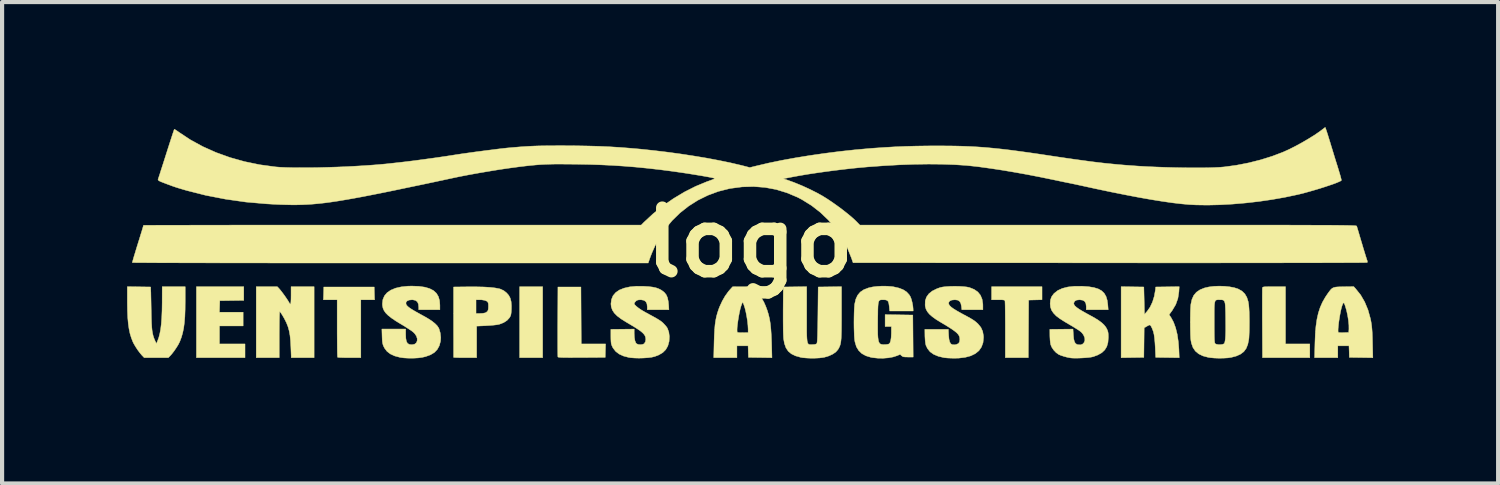
<source format=kicad_pcb>
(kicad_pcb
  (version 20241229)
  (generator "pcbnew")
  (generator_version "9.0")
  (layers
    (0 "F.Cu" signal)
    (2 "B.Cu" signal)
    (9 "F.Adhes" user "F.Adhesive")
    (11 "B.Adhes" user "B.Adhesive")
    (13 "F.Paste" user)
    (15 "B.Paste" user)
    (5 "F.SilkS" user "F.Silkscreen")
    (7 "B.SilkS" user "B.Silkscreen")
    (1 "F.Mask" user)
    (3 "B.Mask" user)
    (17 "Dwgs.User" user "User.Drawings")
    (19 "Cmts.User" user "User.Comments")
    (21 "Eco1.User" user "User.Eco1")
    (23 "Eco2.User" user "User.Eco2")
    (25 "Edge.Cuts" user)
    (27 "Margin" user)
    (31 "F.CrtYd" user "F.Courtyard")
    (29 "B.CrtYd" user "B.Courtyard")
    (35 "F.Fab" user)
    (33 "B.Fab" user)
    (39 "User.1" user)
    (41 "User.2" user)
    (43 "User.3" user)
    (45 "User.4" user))
  (footprint "logo"
    (layer "F.Cu")
    (at 14.946 2.768)
    (property "Reference" "logo" (at 0 0 0) (layer "F.SilkS") (effects (font (size 1.524 1.524) (thickness 0.3))))
    (attr through_hole)
    (fp_poly (pts (xy -4.975 2.764) (xy -5.528 2.764) (xy -5.528 1.061) (xy -4.975 1.061) (xy -4.975 2.764)) (stroke (width 0.01) (type solid)) (fill yes) (layer "F.SilkS"))
    (fp_poly (pts (xy -12.147 1.389) (xy -12.722 1.397) (xy -12.731 1.673) (xy -12.162 1.673) (xy -12.162 2.002) (xy -12.73 2.002) (xy -12.73 2.435) (xy -12.117 2.435) (xy -12.117 2.764) (xy -13.283 2.764) (xy -13.283 1.061) (xy -12.147 1.061) (xy -12.147 1.389)) (stroke (width 0.01) (type solid)) (fill yes) (layer "F.SilkS"))
    (fp_poly (pts (xy -9.013 1.221) (xy -9.008 1.375) (xy -9.338 1.375) (xy -9.338 2.764) (xy -9.612 2.764) (xy -9.7 2.764) (xy -9.777 2.762) (xy -9.839 2.76) (xy -9.88 2.757) (xy -9.896 2.754) (xy -9.898 2.738) (xy -9.9 2.694) (xy -9.902 2.627) (xy -9.903 2.539) (xy -9.904 2.433) (xy -9.905 2.312) (xy -9.906 2.18) (xy -9.906 2.059) (xy -9.906 1.375) (xy -10.236 1.375) (xy -10.231 1.221) (xy -10.227 1.068) (xy -9.017 1.068) (xy -9.013 1.221)) (stroke (width 0.01) (type solid)) (fill yes) (layer "F.SilkS"))
    (fp_poly (pts (xy 7.007 1.374) (xy 6.847 1.378) (xy 6.686 1.382) (xy 6.682 2.073) (xy 6.678 2.764) (xy 6.126 2.764) (xy 6.126 2.093) (xy 6.126 1.954) (xy 6.125 1.823) (xy 6.124 1.704) (xy 6.123 1.6) (xy 6.122 1.515) (xy 6.12 1.45) (xy 6.118 1.41) (xy 6.117 1.398) (xy 6.108 1.387) (xy 6.087 1.38) (xy 6.049 1.376) (xy 5.989 1.375) (xy 5.952 1.375) (xy 5.797 1.375) (xy 5.797 1.061) (xy 7.007 1.061) (xy 7.007 1.374)) (stroke (width 0.01) (type solid)) (fill yes) (layer "F.SilkS"))
    (fp_poly (pts (xy 12.849 2.435) (xy 13.432 2.435) (xy 13.432 2.764) (xy 12.297 2.764) (xy 12.293 1.946) (xy 12.292 1.792) (xy 12.292 1.645) (xy 12.292 1.51) (xy 12.292 1.389) (xy 12.292 1.285) (xy 12.293 1.201) (xy 12.293 1.139) (xy 12.294 1.103) (xy 12.295 1.094) (xy 12.297 1.083) (xy 12.304 1.074) (xy 12.318 1.068) (xy 12.344 1.064) (xy 12.386 1.062) (xy 12.448 1.061) (xy 12.534 1.061) (xy 12.575 1.061) (xy 12.849 1.061) (xy 12.849 2.435)) (stroke (width 0.01) (type solid)) (fill yes) (layer "F.SilkS"))
    (fp_poly (pts (xy -4.049 2.435) (xy -3.465 2.435) (xy -3.47 2.596) (xy -3.474 2.757) (xy -4.038 2.761) (xy -4.189 2.761) (xy -4.313 2.762) (xy -4.412 2.761) (xy -4.487 2.76) (xy -4.543 2.758) (xy -4.58 2.755) (xy -4.602 2.751) (xy -4.61 2.746) (xy -4.61 2.746) (xy -4.611 2.728) (xy -4.612 2.682) (xy -4.613 2.613) (xy -4.614 2.522) (xy -4.614 2.412) (xy -4.614 2.286) (xy -4.614 2.146) (xy -4.614 1.997) (xy -4.613 1.898) (xy -4.609 1.068) (xy -4.057 1.068) (xy -4.049 2.435)) (stroke (width 0.01) (type solid)) (fill yes) (layer "F.SilkS"))
    (fp_poly (pts (xy -11.303 1.102) (xy -11.271 1.139) (xy -11.229 1.193) (xy -11.182 1.256) (xy -11.137 1.32) (xy -11.098 1.378) (xy -11.07 1.422) (xy -11.066 1.431) (xy -11.046 1.463) (xy -11.029 1.479) (xy -11.026 1.479) (xy -11.02 1.465) (xy -11.016 1.424) (xy -11.013 1.361) (xy -11.012 1.278) (xy -11.012 1.27) (xy -11.012 1.061) (xy -10.459 1.061) (xy -10.459 2.764) (xy -11.007 2.764) (xy -11.017 2.506) (xy -11.025 2.357) (xy -11.038 2.23) (xy -11.058 2.12) (xy -11.086 2.02) (xy -11.124 1.924) (xy -11.174 1.825) (xy -11.221 1.744) (xy -11.249 1.701) (xy -11.271 1.67) (xy -11.284 1.658) (xy -11.287 1.673) (xy -11.289 1.714) (xy -11.291 1.778) (xy -11.293 1.862) (xy -11.294 1.963) (xy -11.295 2.078) (xy -11.296 2.203) (xy -11.296 2.211) (xy -11.296 2.764) (xy -11.848 2.764) (xy -11.848 1.061) (xy -11.342 1.061) (xy -11.303 1.102)) (stroke (width 0.01) (type solid)) (fill yes) (layer "F.SilkS"))
    (fp_poly (pts (xy 10.291 1.184) (xy 10.267 1.342) (xy 10.215 1.489) (xy 10.135 1.624) (xy 10.132 1.629) (xy 10.056 1.733) (xy 10.102 1.8) (xy 10.162 1.911) (xy 10.212 2.047) (xy 10.251 2.205) (xy 10.277 2.381) (xy 10.291 2.559) (xy 10.299 2.765) (xy 10.017 2.761) (xy 9.734 2.757) (xy 9.724 2.528) (xy 9.716 2.397) (xy 9.706 2.291) (xy 9.694 2.206) (xy 9.677 2.136) (xy 9.655 2.078) (xy 9.652 2.069) (xy 9.627 2.017) (xy 9.608 1.988) (xy 9.588 1.979) (xy 9.561 1.989) (xy 9.527 2.008) (xy 9.458 2.048) (xy 9.454 2.402) (xy 9.45 2.757) (xy 9.178 2.761) (xy 8.905 2.765) (xy 8.905 1.06) (xy 9.178 1.064) (xy 9.45 1.068) (xy 9.458 1.396) (xy 9.465 1.724) (xy 9.529 1.652) (xy 9.6 1.551) (xy 9.658 1.428) (xy 9.701 1.288) (xy 9.728 1.135) (xy 9.73 1.113) (xy 9.734 1.068) (xy 10.016 1.064) (xy 10.299 1.06) (xy 10.291 1.184)) (stroke (width 0.01) (type solid)) (fill yes) (layer "F.SilkS"))
    (fp_poly (pts (xy -14.381 1.068) (xy -14.378 1.165) (xy -14.376 1.207) (xy -14.375 1.273) (xy -14.373 1.358) (xy -14.371 1.458) (xy -14.369 1.567) (xy -14.367 1.666) (xy -14.364 1.812) (xy -14.36 1.933) (xy -14.354 2.033) (xy -14.346 2.114) (xy -14.334 2.183) (xy -14.32 2.243) (xy -14.302 2.297) (xy -14.279 2.351) (xy -14.278 2.353) (xy -14.243 2.428) (xy -14.218 2.368) (xy -14.187 2.285) (xy -14.162 2.19) (xy -14.141 2.08) (xy -14.126 1.954) (xy -14.115 1.807) (xy -14.108 1.638) (xy -14.105 1.442) (xy -14.105 1.371) (xy -14.104 1.061) (xy -13.552 1.061) (xy -13.552 1.411) (xy -13.554 1.607) (xy -13.56 1.777) (xy -13.572 1.924) (xy -13.589 2.054) (xy -13.613 2.169) (xy -13.643 2.274) (xy -13.68 2.372) (xy -13.687 2.388) (xy -13.72 2.453) (xy -13.767 2.528) (xy -13.82 2.606) (xy -13.873 2.674) (xy -13.903 2.708) (xy -13.957 2.764) (xy -14.536 2.764) (xy -14.59 2.708) (xy -14.638 2.651) (xy -14.692 2.579) (xy -14.743 2.501) (xy -14.786 2.428) (xy -14.806 2.388) (xy -14.844 2.291) (xy -14.876 2.188) (xy -14.9 2.074) (xy -14.918 1.948) (xy -14.931 1.803) (xy -14.938 1.638) (xy -14.941 1.447) (xy -14.941 1.411) (xy -14.941 1.06) (xy -14.381 1.068)) (stroke (width 0.01) (type solid)) (fill yes) (layer "F.SilkS"))
    (fp_poly (pts (xy 0.152 1.156) (xy 0.252 1.291) (xy 0.331 1.427) (xy 0.375 1.525) (xy 0.413 1.627) (xy 0.444 1.728) (xy 0.469 1.834) (xy 0.488 1.95) (xy 0.501 2.08) (xy 0.511 2.229) (xy 0.518 2.403) (xy 0.518 2.41) (xy 0.527 2.765) (xy -0.037 2.757) (xy -0.042 2.618) (xy -0.046 2.48) (xy -0.314 2.48) (xy -0.314 2.764) (xy -0.87 2.764) (xy -0.862 2.394) (xy -0.857 2.232) (xy -0.849 2.096) (xy -0.311 2.096) (xy -0.309 2.139) (xy -0.305 2.153) (xy -0.287 2.16) (xy -0.246 2.164) (xy -0.191 2.165) (xy -0.17 2.165) (xy -0.045 2.162) (xy -0.045 2.079) (xy -0.05 1.988) (xy -0.061 1.883) (xy -0.079 1.772) (xy -0.1 1.664) (xy -0.124 1.566) (xy -0.15 1.489) (xy -0.155 1.476) (xy -0.176 1.427) (xy -0.2 1.483) (xy -0.218 1.535) (xy -0.237 1.604) (xy -0.255 1.686) (xy -0.272 1.776) (xy -0.287 1.867) (xy -0.299 1.954) (xy -0.308 2.032) (xy -0.311 2.096) (xy -0.849 2.096) (xy -0.849 2.094) (xy -0.839 1.975) (xy -0.824 1.871) (xy -0.805 1.776) (xy -0.78 1.686) (xy -0.749 1.594) (xy -0.724 1.531) (xy -0.666 1.406) (xy -0.597 1.285) (xy -0.521 1.18) (xy -0.489 1.142) (xy -0.418 1.063) (xy -0.172 1.062) (xy 0.073 1.06) (xy 0.152 1.156)) (stroke (width 0.01) (type solid)) (fill yes) (layer "F.SilkS"))
    (fp_poly (pts (xy -6.39 1.068) (xy -6.239 1.077) (xy -6.116 1.091) (xy -6.021 1.109) (xy -5.995 1.116) (xy -5.909 1.155) (xy -5.84 1.21) (xy -5.788 1.27) (xy -5.753 1.337) (xy -5.732 1.418) (xy -5.724 1.517) (xy -5.725 1.599) (xy -5.729 1.67) (xy -5.735 1.719) (xy -5.744 1.756) (xy -5.76 1.787) (xy -5.771 1.805) (xy -5.829 1.869) (xy -5.91 1.922) (xy -6.007 1.96) (xy -6.034 1.967) (xy -6.08 1.975) (xy -6.148 1.983) (xy -6.229 1.99) (xy -6.316 1.995) (xy -6.339 1.997) (xy -6.559 2.007) (xy -6.559 2.764) (xy -6.836 2.764) (xy -6.923 2.764) (xy -6.999 2.763) (xy -7.059 2.761) (xy -7.098 2.759) (xy -7.112 2.757) (xy -7.112 2.741) (xy -7.112 2.698) (xy -7.112 2.63) (xy -7.112 2.541) (xy -7.112 2.432) (xy -7.112 2.307) (xy -7.113 2.169) (xy -7.113 2.019) (xy -7.113 1.909) (xy -7.113 1.375) (xy -6.574 1.375) (xy -6.574 1.703) (xy -6.476 1.703) (xy -6.413 1.7) (xy -6.36 1.69) (xy -6.336 1.681) (xy -6.303 1.655) (xy -6.285 1.625) (xy -6.278 1.582) (xy -6.276 1.527) (xy -6.278 1.476) (xy -6.285 1.442) (xy -6.312 1.41) (xy -6.365 1.388) (xy -6.438 1.376) (xy -6.476 1.375) (xy -6.574 1.375) (xy -7.113 1.375) (xy -7.113 1.068) (xy -6.772 1.064) (xy -6.568 1.064) (xy -6.39 1.068)) (stroke (width 0.01) (type solid)) (fill yes) (layer "F.SilkS"))
    (fp_poly (pts (xy 2.196 1.699) (xy 2.196 1.867) (xy 2.195 2.008) (xy 2.194 2.124) (xy 2.191 2.22) (xy 2.188 2.298) (xy 2.182 2.361) (xy 2.175 2.411) (xy 2.165 2.453) (xy 2.153 2.488) (xy 2.138 2.52) (xy 2.121 2.552) (xy 2.111 2.568) (xy 2.06 2.627) (xy 1.985 2.679) (xy 1.892 2.722) (xy 1.786 2.754) (xy 1.751 2.76) (xy 1.666 2.771) (xy 1.564 2.776) (xy 1.456 2.777) (xy 1.351 2.772) (xy 1.26 2.764) (xy 1.213 2.755) (xy 1.09 2.72) (xy 0.992 2.672) (xy 0.917 2.609) (xy 0.863 2.528) (xy 0.826 2.425) (xy 0.806 2.312) (xy 0.803 2.268) (xy 0.8 2.199) (xy 0.797 2.109) (xy 0.796 2.002) (xy 0.795 1.882) (xy 0.795 1.753) (xy 0.795 1.629) (xy 0.799 1.068) (xy 1.36 1.06) (xy 1.36 1.722) (xy 1.36 1.888) (xy 1.36 2.027) (xy 1.36 2.141) (xy 1.362 2.233) (xy 1.366 2.304) (xy 1.371 2.358) (xy 1.379 2.397) (xy 1.389 2.423) (xy 1.403 2.439) (xy 1.421 2.448) (xy 1.443 2.45) (xy 1.47 2.451) (xy 1.493 2.45) (xy 1.552 2.447) (xy 1.588 2.436) (xy 1.601 2.426) (xy 1.606 2.414) (xy 1.61 2.392) (xy 1.614 2.356) (xy 1.617 2.304) (xy 1.62 2.233) (xy 1.622 2.143) (xy 1.625 2.029) (xy 1.627 1.89) (xy 1.629 1.735) (xy 1.636 1.068) (xy 2.196 1.06) (xy 2.196 1.699)) (stroke (width 0.01) (type solid)) (fill yes) (layer "F.SilkS"))
    (fp_poly (pts (xy 14.531 1.109) (xy 14.651 1.258) (xy 14.749 1.427) (xy 14.828 1.617) (xy 14.887 1.829) (xy 14.897 1.877) (xy 14.908 1.941) (xy 14.917 2.007) (xy 14.924 2.081) (xy 14.93 2.169) (xy 14.934 2.275) (xy 14.937 2.402) (xy 14.945 2.765) (xy 14.381 2.757) (xy 14.377 2.618) (xy 14.372 2.48) (xy 14.104 2.48) (xy 14.104 2.764) (xy 13.547 2.764) (xy 13.556 2.402) (xy 13.564 2.191) (xy 13.569 2.126) (xy 14.11 2.126) (xy 14.114 2.155) (xy 14.115 2.156) (xy 14.132 2.161) (xy 14.172 2.164) (xy 14.226 2.164) (xy 14.244 2.163) (xy 14.366 2.159) (xy 14.371 2.077) (xy 14.37 1.983) (xy 14.359 1.871) (xy 14.34 1.751) (xy 14.314 1.632) (xy 14.283 1.526) (xy 14.273 1.497) (xy 14.257 1.459) (xy 14.243 1.447) (xy 14.229 1.461) (xy 14.212 1.502) (xy 14.204 1.525) (xy 14.187 1.584) (xy 14.17 1.659) (xy 14.154 1.745) (xy 14.139 1.834) (xy 14.126 1.923) (xy 14.117 2.005) (xy 14.111 2.074) (xy 14.11 2.126) (xy 13.569 2.126) (xy 13.58 2.005) (xy 13.604 1.84) (xy 13.637 1.693) (xy 13.681 1.558) (xy 13.736 1.433) (xy 13.804 1.314) (xy 13.861 1.229) (xy 13.903 1.171) (xy 13.937 1.129) (xy 13.97 1.099) (xy 14.008 1.081) (xy 14.055 1.07) (xy 14.118 1.065) (xy 14.202 1.063) (xy 14.249 1.062) (xy 14.486 1.059) (xy 14.531 1.109)) (stroke (width 0.01) (type solid)) (fill yes) (layer "F.SilkS"))
    (fp_poly (pts (xy 3.294 1.049) (xy 3.404 1.058) (xy 3.435 1.062) (xy 3.568 1.092) (xy 3.675 1.133) (xy 3.758 1.187) (xy 3.821 1.256) (xy 3.848 1.301) (xy 3.871 1.36) (xy 3.891 1.437) (xy 3.907 1.52) (xy 3.914 1.597) (xy 3.914 1.61) (xy 3.915 1.644) (xy 3.351 1.644) (xy 3.341 1.536) (xy 3.331 1.464) (xy 3.316 1.416) (xy 3.289 1.389) (xy 3.249 1.377) (xy 3.205 1.375) (xy 3.167 1.375) (xy 3.136 1.377) (xy 3.113 1.385) (xy 3.096 1.401) (xy 3.084 1.429) (xy 3.076 1.472) (xy 3.071 1.534) (xy 3.068 1.616) (xy 3.067 1.724) (xy 3.065 1.81) (xy 3.064 1.965) (xy 3.064 2.093) (xy 3.065 2.196) (xy 3.07 2.278) (xy 3.078 2.339) (xy 3.089 2.384) (xy 3.106 2.415) (xy 3.127 2.435) (xy 3.155 2.445) (xy 3.189 2.45) (xy 3.221 2.45) (xy 3.273 2.448) (xy 3.315 2.441) (xy 3.332 2.435) (xy 3.358 2.408) (xy 3.376 2.356) (xy 3.387 2.279) (xy 3.392 2.174) (xy 3.392 2.163) (xy 3.392 2.017) (xy 3.242 2.017) (xy 3.242 1.731) (xy 3.575 1.736) (xy 3.907 1.741) (xy 3.915 2.749) (xy 3.792 2.749) (xy 3.729 2.748) (xy 3.687 2.744) (xy 3.659 2.734) (xy 3.637 2.718) (xy 3.636 2.717) (xy 3.602 2.685) (xy 3.53 2.716) (xy 3.434 2.747) (xy 3.318 2.768) (xy 3.192 2.778) (xy 3.064 2.776) (xy 2.943 2.763) (xy 2.903 2.756) (xy 2.781 2.719) (xy 2.683 2.665) (xy 2.608 2.593) (xy 2.553 2.502) (xy 2.519 2.389) (xy 2.512 2.35) (xy 2.507 2.303) (xy 2.502 2.232) (xy 2.499 2.143) (xy 2.496 2.044) (xy 2.495 1.94) (xy 2.495 1.912) (xy 2.496 1.808) (xy 2.498 1.707) (xy 2.501 1.615) (xy 2.506 1.539) (xy 2.51 1.484) (xy 2.512 1.475) (xy 2.539 1.359) (xy 2.583 1.265) (xy 2.646 1.19) (xy 2.73 1.133) (xy 2.838 1.091) (xy 2.942 1.067) (xy 3.049 1.054) (xy 3.171 1.047) (xy 3.294 1.049)) (stroke (width 0.01) (type solid)) (fill yes) (layer "F.SilkS"))
    (fp_poly (pts (xy -7.946 1.052) (xy -7.804 1.072) (xy -7.688 1.106) (xy -7.595 1.154) (xy -7.525 1.218) (xy -7.477 1.298) (xy -7.449 1.395) (xy -7.441 1.504) (xy -7.441 1.614) (xy -7.949 1.614) (xy -7.949 1.556) (xy -7.957 1.477) (xy -7.983 1.422) (xy -8.027 1.389) (xy -8.093 1.375) (xy -8.113 1.375) (xy -8.181 1.382) (xy -8.228 1.404) (xy -8.254 1.436) (xy -8.254 1.476) (xy -8.242 1.501) (xy -8.222 1.525) (xy -8.192 1.552) (xy -8.149 1.583) (xy -8.09 1.62) (xy -8.011 1.666) (xy -7.909 1.723) (xy -7.859 1.75) (xy -7.735 1.82) (xy -7.637 1.883) (xy -7.562 1.942) (xy -7.507 1.997) (xy -7.47 2.052) (xy -7.461 2.072) (xy -7.432 2.172) (xy -7.42 2.281) (xy -7.426 2.369) (xy -7.455 2.477) (xy -7.504 2.567) (xy -7.574 2.64) (xy -7.668 2.696) (xy -7.787 2.739) (xy -7.868 2.757) (xy -7.963 2.77) (xy -8.075 2.776) (xy -8.192 2.776) (xy -8.303 2.77) (xy -8.398 2.757) (xy -8.4 2.756) (xy -8.528 2.722) (xy -8.631 2.674) (xy -8.711 2.612) (xy -8.77 2.534) (xy -8.781 2.512) (xy -8.8 2.472) (xy -8.812 2.434) (xy -8.82 2.39) (xy -8.825 2.333) (xy -8.828 2.255) (xy -8.828 2.252) (xy -8.833 2.077) (xy -8.262 2.077) (xy -8.262 2.204) (xy -8.258 2.3) (xy -8.245 2.37) (xy -8.221 2.416) (xy -8.183 2.443) (xy -8.131 2.453) (xy -8.108 2.453) (xy -8.049 2.441) (xy -8.008 2.409) (xy -7.987 2.363) (xy -7.985 2.307) (xy -8.004 2.247) (xy -8.044 2.187) (xy -8.077 2.154) (xy -8.112 2.126) (xy -8.168 2.088) (xy -8.238 2.043) (xy -8.315 1.994) (xy -8.371 1.961) (xy -8.499 1.883) (xy -8.601 1.814) (xy -8.681 1.751) (xy -8.74 1.692) (xy -8.781 1.634) (xy -8.807 1.574) (xy -8.819 1.51) (xy -8.821 1.472) (xy -8.809 1.369) (xy -8.771 1.28) (xy -8.707 1.204) (xy -8.618 1.143) (xy -8.505 1.096) (xy -8.368 1.065) (xy -8.208 1.048) (xy -8.113 1.046) (xy -7.946 1.052)) (stroke (width 0.01) (type solid)) (fill yes) (layer "F.SilkS"))
    (fp_poly (pts (xy 5.02 1.053) (xy 5.119 1.059) (xy 5.203 1.068) (xy 5.265 1.081) (xy 5.265 1.081) (xy 5.378 1.126) (xy 5.466 1.187) (xy 5.529 1.265) (xy 5.569 1.361) (xy 5.587 1.476) (xy 5.588 1.519) (xy 5.588 1.614) (xy 5.083 1.614) (xy 5.073 1.529) (xy 5.057 1.457) (xy 5.028 1.41) (xy 4.983 1.383) (xy 4.918 1.375) (xy 4.912 1.375) (xy 4.841 1.382) (xy 4.792 1.404) (xy 4.768 1.44) (xy 4.766 1.458) (xy 4.773 1.487) (xy 4.794 1.518) (xy 4.831 1.553) (xy 4.888 1.594) (xy 4.967 1.642) (xy 5.069 1.7) (xy 5.132 1.734) (xy 5.224 1.783) (xy 5.295 1.823) (xy 5.349 1.856) (xy 5.393 1.886) (xy 5.43 1.916) (xy 5.467 1.95) (xy 5.472 1.955) (xy 5.54 2.038) (xy 5.583 2.133) (xy 5.602 2.244) (xy 5.603 2.284) (xy 5.591 2.405) (xy 5.553 2.509) (xy 5.492 2.597) (xy 5.406 2.667) (xy 5.297 2.72) (xy 5.163 2.756) (xy 5.006 2.775) (xy 4.89 2.777) (xy 4.814 2.775) (xy 4.741 2.772) (xy 4.68 2.766) (xy 4.654 2.763) (xy 4.519 2.731) (xy 4.409 2.685) (xy 4.322 2.624) (xy 4.259 2.546) (xy 4.222 2.469) (xy 4.211 2.421) (xy 4.203 2.352) (xy 4.198 2.268) (xy 4.197 2.245) (xy 4.195 2.084) (xy 4.759 2.084) (xy 4.766 2.227) (xy 4.775 2.322) (xy 4.793 2.39) (xy 4.82 2.433) (xy 4.86 2.454) (xy 4.913 2.455) (xy 4.953 2.447) (xy 5 2.425) (xy 5.026 2.387) (xy 5.035 2.327) (xy 5.035 2.323) (xy 5.031 2.282) (xy 5.019 2.243) (xy 4.995 2.205) (xy 4.957 2.164) (xy 4.902 2.12) (xy 4.829 2.069) (xy 4.734 2.009) (xy 4.616 1.938) (xy 4.592 1.924) (xy 4.472 1.851) (xy 4.378 1.784) (xy 4.307 1.722) (xy 4.256 1.661) (xy 4.223 1.599) (xy 4.205 1.532) (xy 4.202 1.502) (xy 4.205 1.399) (xy 4.235 1.309) (xy 4.292 1.23) (xy 4.375 1.164) (xy 4.486 1.109) (xy 4.565 1.081) (xy 4.626 1.068) (xy 4.71 1.059) (xy 4.808 1.053) (xy 4.914 1.051) (xy 5.02 1.053)) (stroke (width 0.01) (type solid)) (fill yes) (layer "F.SilkS"))
    (fp_poly (pts (xy 11.386 1.051) (xy 11.51 1.064) (xy 11.62 1.085) (xy 11.71 1.114) (xy 11.716 1.117) (xy 11.805 1.167) (xy 11.872 1.232) (xy 11.921 1.315) (xy 11.954 1.419) (xy 11.967 1.504) (xy 11.973 1.575) (xy 11.978 1.667) (xy 11.98 1.773) (xy 11.982 1.888) (xy 11.981 2.003) (xy 11.98 2.114) (xy 11.976 2.212) (xy 11.972 2.291) (xy 11.968 2.327) (xy 11.944 2.446) (xy 11.905 2.543) (xy 11.848 2.62) (xy 11.77 2.679) (xy 11.669 2.725) (xy 11.551 2.756) (xy 11.467 2.769) (xy 11.365 2.775) (xy 11.254 2.777) (xy 11.143 2.773) (xy 11.045 2.764) (xy 10.994 2.756) (xy 10.867 2.722) (xy 10.765 2.672) (xy 10.686 2.606) (xy 10.629 2.522) (xy 10.592 2.418) (xy 10.579 2.35) (xy 10.573 2.296) (xy 10.569 2.219) (xy 10.567 2.123) (xy 10.565 2.017) (xy 10.565 1.904) (xy 10.565 1.792) (xy 10.566 1.782) (xy 11.139 1.782) (xy 11.139 1.909) (xy 11.139 2.049) (xy 11.14 2.162) (xy 11.141 2.25) (xy 11.143 2.318) (xy 11.146 2.366) (xy 11.15 2.399) (xy 11.155 2.418) (xy 11.159 2.426) (xy 11.188 2.441) (xy 11.234 2.45) (xy 11.288 2.451) (xy 11.337 2.445) (xy 11.372 2.431) (xy 11.375 2.428) (xy 11.388 2.406) (xy 11.398 2.366) (xy 11.406 2.307) (xy 11.411 2.226) (xy 11.414 2.122) (xy 11.414 1.992) (xy 11.413 1.834) (xy 11.413 1.812) (xy 11.411 1.686) (xy 11.408 1.587) (xy 11.404 1.512) (xy 11.398 1.457) (xy 11.387 1.419) (xy 11.372 1.395) (xy 11.352 1.382) (xy 11.325 1.376) (xy 11.29 1.375) (xy 11.274 1.375) (xy 11.238 1.374) (xy 11.209 1.376) (xy 11.187 1.381) (xy 11.17 1.394) (xy 11.157 1.417) (xy 11.149 1.452) (xy 11.143 1.504) (xy 11.14 1.574) (xy 11.139 1.666) (xy 11.139 1.782) (xy 10.566 1.782) (xy 10.567 1.687) (xy 10.57 1.594) (xy 10.575 1.52) (xy 10.578 1.483) (xy 10.604 1.366) (xy 10.647 1.27) (xy 10.711 1.194) (xy 10.797 1.135) (xy 10.906 1.091) (xy 11.01 1.067) (xy 11.129 1.052) (xy 11.257 1.047) (xy 11.386 1.051)) (stroke (width 0.01) (type solid)) (fill yes) (layer "F.SilkS"))
    (fp_poly (pts (xy -2.562 1.051) (xy -2.439 1.058) (xy -2.339 1.07) (xy -2.257 1.087) (xy -2.188 1.112) (xy -2.125 1.145) (xy -2.123 1.146) (xy -2.059 1.195) (xy -2.012 1.252) (xy -1.98 1.324) (xy -1.961 1.415) (xy -1.952 1.505) (xy -1.946 1.614) (xy -2.465 1.614) (xy -2.465 1.547) (xy -2.473 1.472) (xy -2.499 1.42) (xy -2.544 1.388) (xy -2.612 1.375) (xy -2.639 1.375) (xy -2.691 1.38) (xy -2.729 1.399) (xy -2.742 1.411) (xy -2.767 1.441) (xy -2.779 1.464) (xy -2.779 1.466) (xy -2.766 1.493) (xy -2.73 1.529) (xy -2.676 1.573) (xy -2.606 1.62) (xy -2.525 1.668) (xy -2.517 1.672) (xy -2.407 1.732) (xy -2.319 1.78) (xy -2.251 1.818) (xy -2.199 1.849) (xy -2.16 1.874) (xy -2.129 1.896) (xy -2.103 1.917) (xy -2.079 1.939) (xy -2.075 1.944) (xy -2.034 1.988) (xy -1.998 2.032) (xy -1.981 2.06) (xy -1.948 2.151) (xy -1.935 2.256) (xy -1.941 2.367) (xy -1.942 2.376) (xy -1.972 2.483) (xy -2.021 2.57) (xy -2.093 2.642) (xy -2.19 2.699) (xy -2.286 2.736) (xy -2.357 2.753) (xy -2.45 2.765) (xy -2.555 2.772) (xy -2.665 2.775) (xy -2.771 2.772) (xy -2.865 2.765) (xy -2.909 2.758) (xy -3.038 2.724) (xy -3.142 2.676) (xy -3.225 2.612) (xy -3.287 2.531) (xy -3.304 2.499) (xy -3.319 2.463) (xy -3.33 2.427) (xy -3.335 2.383) (xy -3.338 2.323) (xy -3.339 2.256) (xy -3.339 2.084) (xy -3.059 2.081) (xy -2.779 2.078) (xy -2.779 2.183) (xy -2.774 2.279) (xy -2.761 2.356) (xy -2.739 2.41) (xy -2.717 2.433) (xy -2.672 2.449) (xy -2.618 2.452) (xy -2.568 2.443) (xy -2.54 2.428) (xy -2.51 2.382) (xy -2.5 2.322) (xy -2.509 2.266) (xy -2.523 2.233) (xy -2.545 2.201) (xy -2.577 2.167) (xy -2.622 2.129) (xy -2.683 2.086) (xy -2.762 2.035) (xy -2.863 1.974) (xy -2.973 1.909) (xy -3.094 1.833) (xy -3.188 1.762) (xy -3.257 1.692) (xy -3.303 1.621) (xy -3.329 1.546) (xy -3.337 1.474) (xy -3.324 1.369) (xy -3.287 1.278) (xy -3.223 1.202) (xy -3.135 1.141) (xy -3.022 1.096) (xy -2.886 1.065) (xy -2.726 1.05) (xy -2.562 1.051)) (stroke (width 0.01) (type solid)) (fill yes) (layer "F.SilkS"))
    (fp_poly (pts (xy 7.97 1.05) (xy 8.125 1.061) (xy 8.252 1.082) (xy 8.356 1.114) (xy 8.437 1.159) (xy 8.499 1.219) (xy 8.543 1.295) (xy 8.571 1.388) (xy 8.585 1.491) (xy 8.595 1.614) (xy 8.068 1.614) (xy 8.068 1.535) (xy 8.059 1.463) (xy 8.032 1.414) (xy 7.984 1.385) (xy 7.913 1.375) (xy 7.901 1.375) (xy 7.835 1.383) (xy 7.791 1.409) (xy 7.77 1.45) (xy 7.769 1.465) (xy 7.776 1.492) (xy 7.798 1.523) (xy 7.837 1.558) (xy 7.895 1.599) (xy 7.975 1.647) (xy 8.079 1.706) (xy 8.147 1.743) (xy 8.267 1.809) (xy 8.363 1.869) (xy 8.437 1.924) (xy 8.494 1.977) (xy 8.537 2.031) (xy 8.558 2.067) (xy 8.578 2.11) (xy 8.59 2.15) (xy 8.596 2.197) (xy 8.598 2.261) (xy 8.598 2.279) (xy 8.589 2.398) (xy 8.561 2.497) (xy 8.512 2.578) (xy 8.441 2.645) (xy 8.344 2.7) (xy 8.233 2.741) (xy 8.186 2.751) (xy 8.118 2.76) (xy 8.035 2.767) (xy 7.945 2.772) (xy 7.856 2.775) (xy 7.776 2.775) (xy 7.712 2.772) (xy 7.687 2.769) (xy 7.613 2.755) (xy 7.535 2.734) (xy 7.464 2.711) (xy 7.41 2.689) (xy 7.41 2.689) (xy 7.347 2.645) (xy 7.287 2.582) (xy 7.24 2.512) (xy 7.216 2.454) (xy 7.207 2.407) (xy 7.2 2.342) (xy 7.196 2.268) (xy 7.195 2.234) (xy 7.194 2.084) (xy 7.472 2.081) (xy 7.75 2.078) (xy 7.759 2.222) (xy 7.767 2.31) (xy 7.782 2.373) (xy 7.804 2.416) (xy 7.837 2.442) (xy 7.864 2.452) (xy 7.928 2.457) (xy 7.98 2.439) (xy 8.016 2.401) (xy 8.035 2.35) (xy 8.032 2.29) (xy 8.005 2.225) (xy 8.005 2.224) (xy 7.988 2.199) (xy 7.971 2.176) (xy 7.951 2.154) (xy 7.923 2.131) (xy 7.886 2.104) (xy 7.835 2.072) (xy 7.769 2.031) (xy 7.683 1.98) (xy 7.575 1.916) (xy 7.556 1.905) (xy 7.439 1.831) (xy 7.347 1.762) (xy 7.281 1.693) (xy 7.235 1.624) (xy 7.21 1.55) (xy 7.202 1.469) (xy 7.202 1.466) (xy 7.21 1.377) (xy 7.236 1.303) (xy 7.286 1.234) (xy 7.3 1.219) (xy 7.385 1.152) (xy 7.494 1.102) (xy 7.627 1.068) (xy 7.784 1.051) (xy 7.966 1.05) (xy 7.97 1.05)) (stroke (width 0.01) (type solid)) (fill yes) (layer "F.SilkS"))
    (fp_poly (pts (xy 13.825 -2.7) (xy 13.837 -2.664) (xy 13.856 -2.606) (xy 13.879 -2.532) (xy 13.904 -2.45) (xy 13.918 -2.406) (xy 13.944 -2.319) (xy 13.977 -2.212) (xy 14.013 -2.094) (xy 14.05 -1.973) (xy 14.086 -1.859) (xy 14.092 -1.841) (xy 14.121 -1.745) (xy 14.147 -1.659) (xy 14.168 -1.587) (xy 14.182 -1.532) (xy 14.19 -1.499) (xy 14.191 -1.491) (xy 14.173 -1.476) (xy 14.13 -1.456) (xy 14.066 -1.429) (xy 13.983 -1.398) (xy 13.885 -1.365) (xy 13.776 -1.329) (xy 13.66 -1.292) (xy 13.539 -1.256) (xy 13.417 -1.221) (xy 13.298 -1.188) (xy 13.186 -1.16) (xy 13.126 -1.146) (xy 12.832 -1.084) (xy 12.525 -1.03) (xy 12.21 -0.984) (xy 11.893 -0.948) (xy 11.578 -0.921) (xy 11.272 -0.904) (xy 10.979 -0.897) (xy 10.704 -0.901) (xy 10.535 -0.91) (xy 10.349 -0.927) (xy 10.134 -0.952) (xy 9.893 -0.987) (xy 9.625 -1.03) (xy 9.33 -1.082) (xy 9.01 -1.143) (xy 8.664 -1.212) (xy 8.293 -1.29) (xy 7.949 -1.365) (xy 7.865 -1.383) (xy 7.778 -1.402) (xy 7.699 -1.418) (xy 7.657 -1.427) (xy 7.6 -1.438) (xy 7.523 -1.454) (xy 7.432 -1.473) (xy 7.338 -1.493) (xy 7.291 -1.503) (xy 6.954 -1.572) (xy 6.64 -1.633) (xy 6.344 -1.686) (xy 6.06 -1.734) (xy 5.783 -1.776) (xy 5.508 -1.814) (xy 5.446 -1.822) (xy 5.192 -1.849) (xy 4.912 -1.867) (xy 4.608 -1.878) (xy 4.284 -1.881) (xy 3.941 -1.876) (xy 3.583 -1.863) (xy 3.211 -1.842) (xy 2.83 -1.814) (xy 2.66 -1.799) (xy 2.459 -1.779) (xy 2.246 -1.755) (xy 2.025 -1.728) (xy 1.804 -1.699) (xy 1.588 -1.668) (xy 1.383 -1.637) (xy 1.194 -1.605) (xy 1.029 -1.575) (xy 1.009 -1.571) (xy 0.799 -1.53) (xy 0.882 -1.503) (xy 1.057 -1.44) (xy 1.245 -1.363) (xy 1.433 -1.277) (xy 1.612 -1.187) (xy 1.741 -1.115) (xy 1.849 -1.048) (xy 1.967 -0.969) (xy 2.09 -0.882) (xy 2.213 -0.791) (xy 2.329 -0.7) (xy 2.433 -0.614) (xy 2.519 -0.536) (xy 2.554 -0.502) (xy 2.636 -0.418) (xy 8.593 -0.418) (xy 9.096 -0.418) (xy 9.57 -0.418) (xy 10.015 -0.418) (xy 10.433 -0.418) (xy 10.825 -0.418) (xy 11.191 -0.418) (xy 11.533 -0.418) (xy 11.85 -0.418) (xy 12.145 -0.418) (xy 12.418 -0.417) (xy 12.669 -0.417) (xy 12.9 -0.417) (xy 13.111 -0.416) (xy 13.304 -0.416) (xy 13.478 -0.415) (xy 13.636 -0.415) (xy 13.778 -0.414) (xy 13.904 -0.414) (xy 14.016 -0.413) (xy 14.115 -0.412) (xy 14.201 -0.411) (xy 14.275 -0.41) (xy 14.338 -0.409) (xy 14.391 -0.408) (xy 14.435 -0.406) (xy 14.471 -0.405) (xy 14.499 -0.403) (xy 14.52 -0.402) (xy 14.536 -0.4) (xy 14.547 -0.398) (xy 14.554 -0.396) (xy 14.557 -0.394) (xy 14.558 -0.392) (xy 14.568 -0.358) (xy 14.585 -0.302) (xy 14.607 -0.228) (xy 14.632 -0.143) (xy 14.659 -0.052) (xy 14.686 0.038) (xy 14.711 0.123) (xy 14.733 0.195) (xy 14.749 0.247) (xy 14.769 0.313) (xy 14.788 0.372) (xy 14.802 0.416) (xy 14.808 0.432) (xy 14.815 0.463) (xy 14.81 0.48) (xy 14.795 0.481) (xy 14.75 0.482) (xy 14.678 0.483) (xy 14.578 0.484) (xy 14.453 0.484) (xy 14.303 0.485) (xy 14.129 0.486) (xy 13.932 0.486) (xy 13.712 0.487) (xy 13.472 0.487) (xy 13.212 0.488) (xy 12.933 0.488) (xy 12.636 0.489) (xy 12.321 0.489) (xy 11.991 0.489) (xy 11.646 0.489) (xy 11.286 0.49) (xy 10.914 0.49) (xy 10.529 0.49) (xy 10.133 0.49) (xy 9.727 0.49) (xy 9.312 0.49) (xy 8.889 0.489) (xy 8.635 0.489) (xy 2.473 0.486) (xy 2.434 0.374) (xy 2.334 0.126) (xy 2.207 -0.109) (xy 2.056 -0.331) (xy 1.882 -0.536) (xy 1.688 -0.722) (xy 1.476 -0.887) (xy 1.247 -1.029) (xy 1.143 -1.084) (xy 0.889 -1.191) (xy 0.628 -1.271) (xy 0.36 -1.321) (xy 0.087 -1.342) (xy -0.19 -1.334) (xy -0.47 -1.297) (xy -0.5 -1.291) (xy -0.761 -1.225) (xy -1.011 -1.132) (xy -1.249 -1.015) (xy -1.473 -0.873) (xy -1.68 -0.71) (xy -1.868 -0.526) (xy -2.036 -0.324) (xy -2.181 -0.104) (xy -2.279 0.082) (xy -2.315 0.162) (xy -2.352 0.246) (xy -2.383 0.324) (xy -2.4 0.37) (xy -2.443 0.493) (xy -8.632 0.493) (xy -9.061 0.493) (xy -9.481 0.493) (xy -9.893 0.493) (xy -10.296 0.493) (xy -10.688 0.492) (xy -11.068 0.492) (xy -11.436 0.492) (xy -11.791 0.491) (xy -12.13 0.491) (xy -12.455 0.491) (xy -12.763 0.49) (xy -13.053 0.49) (xy -13.325 0.489) (xy -13.578 0.489) (xy -13.81 0.488) (xy -14.021 0.487) (xy -14.209 0.487) (xy -14.374 0.486) (xy -14.515 0.485) (xy -14.63 0.485) (xy -14.72 0.484) (xy -14.782 0.483) (xy -14.815 0.482) (xy -14.821 0.482) (xy -14.817 0.463) (xy -14.805 0.42) (xy -14.786 0.352) (xy -14.757 0.258) (xy -14.721 0.138) (xy -14.675 -0.01) (xy -14.651 -0.086) (xy -14.623 -0.178) (xy -14.597 -0.261) (xy -14.577 -0.329) (xy -14.562 -0.379) (xy -14.554 -0.407) (xy -14.553 -0.411) (xy -14.538 -0.412) (xy -14.494 -0.412) (xy -14.423 -0.413) (xy -14.324 -0.413) (xy -14.2 -0.414) (xy -14.051 -0.414) (xy -13.878 -0.414) (xy -13.682 -0.415) (xy -13.464 -0.415) (xy -13.225 -0.416) (xy -12.967 -0.416) (xy -12.689 -0.416) (xy -12.394 -0.417) (xy -12.082 -0.417) (xy -11.754 -0.417) (xy -11.411 -0.417) (xy -11.054 -0.418) (xy -10.684 -0.418) (xy -10.303 -0.418) (xy -9.91 -0.418) (xy -9.508 -0.418) (xy -9.097 -0.418) (xy -8.678 -0.418) (xy -8.582 -0.418) (xy -2.611 -0.418) (xy -2.548 -0.482) (xy -2.327 -0.687) (xy -2.088 -0.879) (xy -1.834 -1.055) (xy -1.572 -1.212) (xy -1.305 -1.347) (xy -1.04 -1.457) (xy -0.989 -1.475) (xy -0.928 -1.497) (xy -0.88 -1.516) (xy -0.85 -1.529) (xy -0.843 -1.535) (xy -0.863 -1.543) (xy -0.909 -1.554) (xy -0.978 -1.568) (xy -1.067 -1.584) (xy -1.173 -1.603) (xy -1.291 -1.622) (xy -1.419 -1.643) (xy -1.554 -1.664) (xy -1.691 -1.684) (xy -1.829 -1.704) (xy -1.963 -1.722) (xy -2.089 -1.738) (xy -2.159 -1.747) (xy -2.459 -1.781) (xy -2.742 -1.809) (xy -3.014 -1.831) (xy -3.284 -1.849) (xy -3.56 -1.862) (xy -3.848 -1.872) (xy -4.158 -1.878) (xy -4.186 -1.878) (xy -4.374 -1.88) (xy -4.537 -1.881) (xy -4.68 -1.881) (xy -4.808 -1.878) (xy -4.926 -1.874) (xy -5.039 -1.868) (xy -5.151 -1.859) (xy -5.268 -1.848) (xy -5.395 -1.834) (xy -5.536 -1.817) (xy -5.558 -1.814) (xy -5.773 -1.785) (xy -6.006 -1.751) (xy -6.25 -1.711) (xy -6.498 -1.669) (xy -6.742 -1.625) (xy -6.975 -1.58) (xy -7.188 -1.535) (xy -7.276 -1.516) (xy -7.314 -1.508) (xy -7.376 -1.494) (xy -7.459 -1.477) (xy -7.56 -1.455) (xy -7.674 -1.431) (xy -7.796 -1.405) (xy -7.911 -1.381) (xy -8.238 -1.313) (xy -8.537 -1.25) (xy -8.812 -1.194) (xy -9.063 -1.144) (xy -9.293 -1.099) (xy -9.504 -1.06) (xy -9.698 -1.026) (xy -9.877 -0.996) (xy -10.043 -0.971) (xy -10.198 -0.95) (xy -10.344 -0.934) (xy -10.483 -0.921) (xy -10.616 -0.912) (xy -10.748 -0.906) (xy -10.878 -0.903) (xy -11.009 -0.903) (xy -11.143 -0.906) (xy -11.283 -0.91) (xy -11.429 -0.917) (xy -11.585 -0.926) (xy -11.602 -0.927) (xy -12.095 -0.97) (xy -12.581 -1.039) (xy -13.057 -1.131) (xy -13.519 -1.248) (xy -13.574 -1.264) (xy -13.651 -1.287) (xy -13.709 -1.304) (xy -13.757 -1.319) (xy -13.802 -1.334) (xy -13.852 -1.351) (xy -13.914 -1.374) (xy -13.996 -1.404) (xy -14 -1.406) (xy -14.082 -1.437) (xy -14.14 -1.46) (xy -14.177 -1.478) (xy -14.197 -1.493) (xy -14.204 -1.506) (xy -14.202 -1.521) (xy -14.201 -1.523) (xy -14.194 -1.543) (xy -14.179 -1.588) (xy -14.158 -1.652) (xy -14.133 -1.732) (xy -14.104 -1.822) (xy -14.089 -1.868) (xy -14.024 -2.072) (xy -13.968 -2.248) (xy -13.92 -2.397) (xy -13.881 -2.517) (xy -13.851 -2.609) (xy -13.829 -2.673) (xy -13.817 -2.709) (xy -13.813 -2.716) (xy -13.8 -2.711) (xy -13.768 -2.691) (xy -13.724 -2.661) (xy -13.706 -2.648) (xy -13.428 -2.464) (xy -13.13 -2.301) (xy -12.812 -2.159) (xy -12.478 -2.039) (xy -12.129 -1.941) (xy -11.767 -1.866) (xy -11.393 -1.815) (xy -11.384 -1.814) (xy -11.269 -1.805) (xy -11.127 -1.799) (xy -10.962 -1.795) (xy -10.779 -1.794) (xy -10.579 -1.794) (xy -10.367 -1.797) (xy -10.147 -1.803) (xy -9.921 -1.81) (xy -9.693 -1.819) (xy -9.468 -1.831) (xy -9.247 -1.844) (xy -9.036 -1.859) (xy -8.922 -1.868) (xy -8.734 -1.885) (xy -8.522 -1.908) (xy -8.291 -1.934) (xy -8.047 -1.964) (xy -7.794 -1.998) (xy -7.539 -2.033) (xy -7.286 -2.07) (xy -7.041 -2.108) (xy -7.007 -2.113) (xy -6.93 -2.125) (xy -6.831 -2.139) (xy -6.716 -2.155) (xy -6.588 -2.173) (xy -6.455 -2.19) (xy -6.32 -2.208) (xy -6.189 -2.224) (xy -6.066 -2.24) (xy -5.957 -2.253) (xy -5.868 -2.263) (xy -5.802 -2.27) (xy -5.797 -2.27) (xy -5.649 -2.283) (xy -5.519 -2.294) (xy -5.4 -2.302) (xy -5.288 -2.309) (xy -5.177 -2.314) (xy -5.063 -2.318) (xy -4.94 -2.32) (xy -4.803 -2.321) (xy -4.647 -2.322) (xy -4.467 -2.322) (xy -4.452 -2.322) (xy -4.156 -2.32) (xy -3.882 -2.315) (xy -3.625 -2.308) (xy -3.378 -2.297) (xy -3.134 -2.282) (xy -2.888 -2.263) (xy -2.637 -2.241) (xy -2.314 -2.207) (xy -1.987 -2.168) (xy -1.663 -2.124) (xy -1.345 -2.075) (xy -1.038 -2.024) (xy -0.747 -1.969) (xy -0.475 -1.913) (xy -0.227 -1.855) (xy -0.17 -1.841) (xy -0.005 -1.798) (xy 0.166 -1.84) (xy 0.452 -1.907) (xy 0.762 -1.971) (xy 1.092 -2.031) (xy 1.437 -2.087) (xy 1.792 -2.138) (xy 2.152 -2.184) (xy 2.511 -2.223) (xy 2.865 -2.255) (xy 2.966 -2.263) (xy 3.233 -2.281) (xy 3.487 -2.296) (xy 3.736 -2.306) (xy 3.991 -2.313) (xy 4.259 -2.317) (xy 4.49 -2.318) (xy 4.706 -2.317) (xy 4.907 -2.315) (xy 5.098 -2.31) (xy 5.281 -2.303) (xy 5.462 -2.293) (xy 5.642 -2.28) (xy 5.827 -2.263) (xy 6.02 -2.243) (xy 6.225 -2.219) (xy 6.446 -2.19) (xy 6.686 -2.157) (xy 6.949 -2.119) (xy 7.127 -2.092) (xy 7.386 -2.053) (xy 7.618 -2.019) (xy 7.829 -1.989) (xy 8.02 -1.963) (xy 8.196 -1.939) (xy 8.361 -1.919) (xy 8.517 -1.901) (xy 8.669 -1.886) (xy 8.82 -1.871) (xy 8.973 -1.858) (xy 9.129 -1.846) (xy 9.328 -1.832) (xy 9.537 -1.82) (xy 9.753 -1.811) (xy 9.972 -1.803) (xy 10.191 -1.797) (xy 10.405 -1.793) (xy 10.611 -1.791) (xy 10.806 -1.791) (xy 10.985 -1.793) (xy 11.145 -1.798) (xy 11.282 -1.805) (xy 11.385 -1.814) (xy 11.671 -1.853) (xy 11.964 -1.91) (xy 12.253 -1.983) (xy 12.532 -2.07) (xy 12.79 -2.168) (xy 12.932 -2.232) (xy 13.085 -2.309) (xy 13.243 -2.395) (xy 13.397 -2.485) (xy 13.542 -2.575) (xy 13.668 -2.661) (xy 13.718 -2.699) (xy 13.802 -2.763) (xy 13.825 -2.7)) (stroke (width 0.01) (type solid)) (fill yes) (layer "F.SilkS")))
  (gr_rect
    (start -3 -3)
    (end 32.897 8.551)
    (stroke (width 0.1) (type default))
    (fill no)
    (layer "Edge.Cuts")))
</source>
